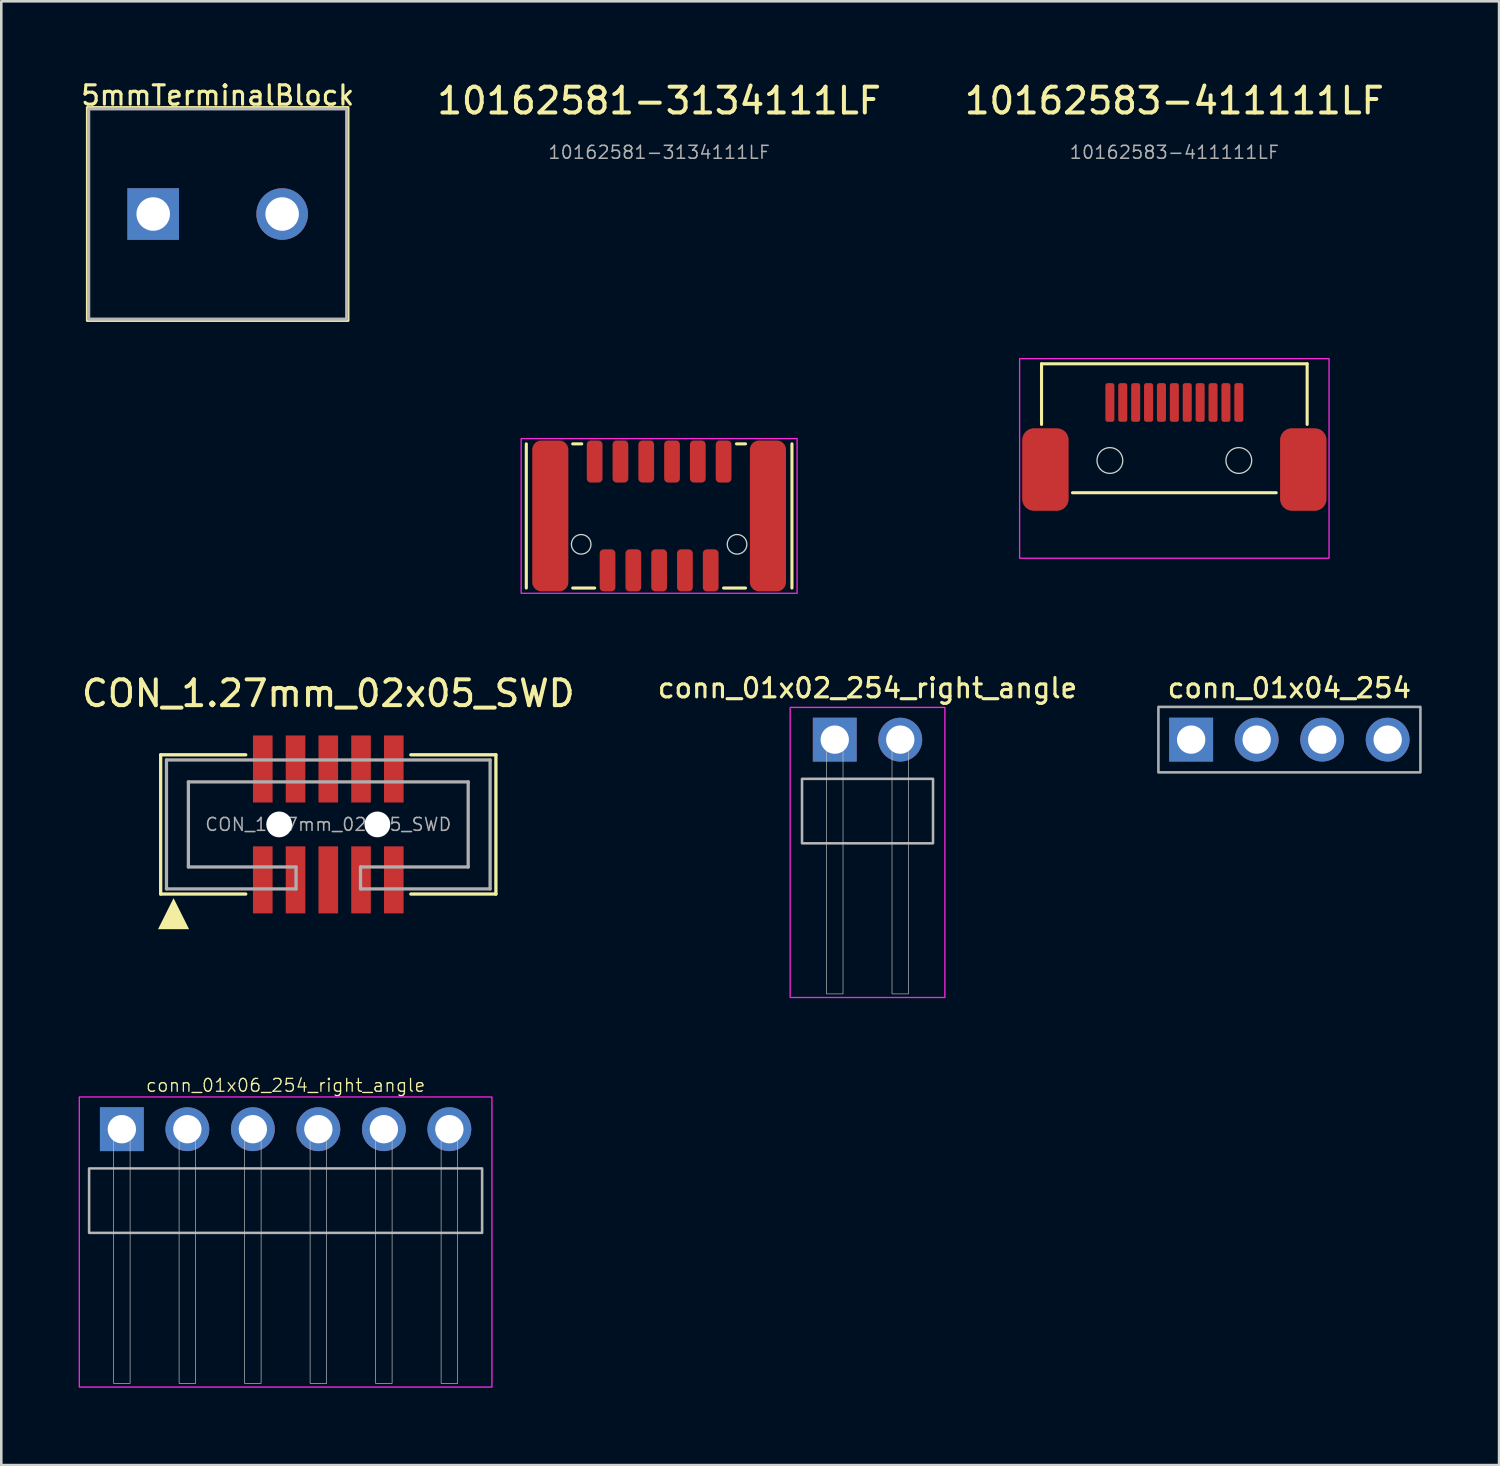
<source format=kicad_pcb>
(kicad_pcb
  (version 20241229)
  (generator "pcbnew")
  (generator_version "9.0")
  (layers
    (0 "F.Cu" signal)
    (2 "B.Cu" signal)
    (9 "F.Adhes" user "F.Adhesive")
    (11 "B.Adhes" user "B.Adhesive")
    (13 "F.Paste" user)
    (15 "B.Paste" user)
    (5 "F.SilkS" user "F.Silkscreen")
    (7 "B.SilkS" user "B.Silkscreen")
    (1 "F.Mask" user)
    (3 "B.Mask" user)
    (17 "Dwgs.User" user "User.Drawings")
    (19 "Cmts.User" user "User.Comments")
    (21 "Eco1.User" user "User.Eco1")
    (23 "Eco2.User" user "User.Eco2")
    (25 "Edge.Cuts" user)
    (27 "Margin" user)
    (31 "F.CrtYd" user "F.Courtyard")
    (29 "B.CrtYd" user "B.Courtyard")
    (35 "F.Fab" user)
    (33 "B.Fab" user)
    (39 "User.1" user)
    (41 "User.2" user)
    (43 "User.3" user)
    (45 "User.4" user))
  (footprint "conn_01x04_254"
    (layer "F.Cu")
    (at 46.95 25.631)
    (property "Reference" "conn_01x04_254" (at 0 -2 0) (unlocked yes) (layer "F.SilkS") (effects (font (size 0.75 0.75) (thickness 0.12))))
    (attr through_hole)
    (fp_rect (start -5.08 -1.27) (end 5.08 1.27) (stroke (width 0.1) (type default)) (fill no) (layer "F.Fab"))
    (pad "1" thru_hole rect (at -3.81 0) (size 1.7 1.7) (drill 1.1) (layers "*.Cu" "*.Mask"))
    (pad "2" thru_hole circle (at -1.27 0) (size 1.7 1.7) (drill 1.1) (layers "*.Cu" "*.Mask"))
    (pad "3" thru_hole circle (at 1.27 0) (size 1.7 1.7) (drill 1.1) (layers "*.Cu" "*.Mask"))
    (pad "4" thru_hole circle (at 3.81 0) (size 1.7 1.7) (drill 1.1) (layers "*.Cu" "*.Mask")))
  (footprint "conn_01x06_254_right_angle"
    (layer "F.Cu")
    (at 8.025 40.737)
    (property "Reference" "conn_01x06_254_right_angle" (at 0 -1.7 0) (unlocked yes) (layer "F.SilkS") (effects (font (size 0.5 0.5) (thickness 0.05))))
    (attr through_hole)
    (fp_rect (start -7.62 1.52) (end 7.62 4.02) (stroke (width 0.025) (type solid)) (fill no) (layer "Dwgs.User"))
    (fp_rect (start -6.67 -0.32) (end -6.03 0.32) (stroke (width 0.025) (type default)) (fill no) (layer "Dwgs.User"))
    (fp_rect (start -6.67 0.32) (end -6.03 9.86) (stroke (width 0.025) (type default)) (fill no) (layer "Dwgs.User"))
    (fp_rect (start -4.13 -0.32) (end -3.49 0.32) (stroke (width 0.025) (type default)) (fill no) (layer "Dwgs.User"))
    (fp_rect (start -4.13 0.32) (end -3.49 9.86) (stroke (width 0.025) (type default)) (fill no) (layer "Dwgs.User"))
    (fp_rect (start -1.59 -0.32) (end -0.95 0.32) (stroke (width 0.025) (type default)) (fill no) (layer "Dwgs.User"))
    (fp_rect (start -1.59 0.32) (end -0.95 9.86) (stroke (width 0.025) (type default)) (fill no) (layer "Dwgs.User"))
    (fp_rect (start 0.95 -0.32) (end 1.59 0.32) (stroke (width 0.025) (type default)) (fill no) (layer "Dwgs.User"))
    (fp_rect (start 0.95 0.32) (end 1.59 9.86) (stroke (width 0.025) (type default)) (fill no) (layer "Dwgs.User"))
    (fp_rect (start 3.49 -0.32) (end 4.13 0.32) (stroke (width 0.025) (type default)) (fill no) (layer "Dwgs.User"))
    (fp_rect (start 3.49 0.32) (end 4.13 9.86) (stroke (width 0.025) (type default)) (fill no) (layer "Dwgs.User"))
    (fp_rect (start 6.03 -0.32) (end 6.67 0.32) (stroke (width 0.025) (type default)) (fill no) (layer "Dwgs.User"))
    (fp_rect (start 6.03 0.32) (end 6.67 9.86) (stroke (width 0.025) (type default)) (fill no) (layer "Dwgs.User"))
    (fp_rect (start -8 -1.25) (end 8 10) (stroke (width 0.05) (type solid)) (fill no) (layer "F.CrtYd"))
    (fp_rect (start -7.62 1.52) (end 7.62 4.02) (stroke (width 0.1) (type solid)) (fill no) (layer "F.Fab"))
    (pad "1" thru_hole rect (at -6.35 0 90) (size 1.7 1.7) (drill 1.1) (layers "*.Cu" "*.Mask"))
    (pad "2" thru_hole circle (at -3.81 0 90) (size 1.7 1.7) (drill 1.1) (layers "*.Cu" "*.Mask"))
    (pad "3" thru_hole circle (at -1.27 0 90) (size 1.7 1.7) (drill 1.1) (layers "*.Cu" "*.Mask"))
    (pad "4" thru_hole circle (at 1.27 0 90) (size 1.7 1.7) (drill 1.1) (layers "*.Cu" "*.Mask"))
    (pad "5" thru_hole circle (at 3.81 0 90) (size 1.7 1.7) (drill 1.1) (layers "*.Cu" "*.Mask"))
    (pad "6" thru_hole circle (at 6.35 0 90) (size 1.7 1.7) (drill 1.1) (layers "*.Cu" "*.Mask")))
  (footprint "conn_01x02_254_right_angle"
    (layer "F.Cu")
    (at 30.59 25.631)
    (property "Reference" "conn_01x02_254_right_angle" (at 0 -2 0) (unlocked yes) (layer "F.SilkS") (effects (font (size 0.75 0.75) (thickness 0.12))))
    (attr through_hole)
    (fp_rect (start -2.54 1.52) (end 2.54 4.02) (stroke (width 0.025) (type solid)) (fill no) (layer "Dwgs.User"))
    (fp_rect (start -1.59 -0.32) (end -0.95 0.32) (stroke (width 0.025) (type default)) (fill no) (layer "Dwgs.User"))
    (fp_rect (start -1.59 0.32) (end -0.95 9.86) (stroke (width 0.025) (type default)) (fill no) (layer "Dwgs.User"))
    (fp_rect (start 0.95 -0.32) (end 1.59 0.32) (stroke (width 0.025) (type default)) (fill no) (layer "Dwgs.User"))
    (fp_rect (start 0.95 0.32) (end 1.59 9.86) (stroke (width 0.025) (type default)) (fill no) (layer "Dwgs.User"))
    (fp_rect (start -3 -1.25) (end 3 10) (stroke (width 0.05) (type solid)) (fill no) (layer "F.CrtYd"))
    (fp_rect (start -2.54 1.52) (end 2.54 4.02) (stroke (width 0.1) (type solid)) (fill no) (layer "F.Fab"))
    (pad "1" thru_hole rect (at -1.27 0 90) (size 1.7 1.7) (drill 1.1) (layers "*.Cu" "*.Mask"))
    (pad "2" thru_hole circle (at 1.27 0 90) (size 1.7 1.7) (drill 1.1) (layers "*.Cu" "*.Mask")))
  (footprint "CON_1.27mm_02x05_SWD"
    (layer "F.Cu")
    (at 9.68 28.919)
    (property "Reference" "CON_1.27mm_02x05_SWD" (at 0 -5.08 0) (unlocked yes) (layer "F.SilkS") (effects (font (size 1 1) (thickness 0.155))))
    (attr smd)
    (fp_line (start -6.5 -2.7) (end -6.5 2.7) (stroke (width 0.127) (type solid)) (layer "F.SilkS"))
    (fp_line (start -6.5 2.7) (end -3.2 2.7) (stroke (width 0.127) (type solid)) (layer "F.SilkS"))
    (fp_line (start -3.2 -2.7) (end -6.5 -2.7) (stroke (width 0.127) (type solid)) (layer "F.SilkS"))
    (fp_line (start 3.2 -2.7) (end 6.5 -2.7) (stroke (width 0.127) (type solid)) (layer "F.SilkS"))
    (fp_line (start 6.5 -2.7) (end 6.5 2.7) (stroke (width 0.127) (type solid)) (layer "F.SilkS"))
    (fp_line (start 6.5 2.7) (end 3.2 2.7) (stroke (width 0.127) (type solid)) (layer "F.SilkS"))
    (fp_poly (pts (xy -5.397 4.064) (xy -6.603 4.064) (xy -6 2.858)) (stroke (width 0) (type default)) (fill yes) (layer "F.SilkS"))
    (fp_line (start -6.275 -2.5) (end 6.275 -2.5) (stroke (width 0.127) (type solid)) (layer "F.Fab"))
    (fp_line (start -6.275 2.5) (end -6.275 -2.5) (stroke (width 0.127) (type solid)) (layer "F.Fab"))
    (fp_line (start -5.425 -1.65) (end 5.425 -1.65) (stroke (width 0.127) (type solid)) (layer "F.Fab"))
    (fp_line (start -5.425 1.65) (end -5.425 -1.65) (stroke (width 0.127) (type solid)) (layer "F.Fab"))
    (fp_line (start -1.25 1.65) (end -5.425 1.65) (stroke (width 0.127) (type solid)) (layer "F.Fab"))
    (fp_line (start -1.25 1.65) (end -1.25 2.5) (stroke (width 0.127) (type solid)) (layer "F.Fab"))
    (fp_line (start -1.25 2.5) (end -6.275 2.5) (stroke (width 0.127) (type solid)) (layer "F.Fab"))
    (fp_line (start 1.25 1.65) (end 1.25 2.5) (stroke (width 0.127) (type solid)) (layer "F.Fab"))
    (fp_line (start 5.425 -1.65) (end 5.425 1.65) (stroke (width 0.127) (type solid)) (layer "F.Fab"))
    (fp_line (start 5.425 1.65) (end 1.25 1.65) (stroke (width 0.127) (type solid)) (layer "F.Fab"))
    (fp_line (start 6.275 -2.5) (end 6.275 2.5) (stroke (width 0.127) (type solid)) (layer "F.Fab"))
    (fp_line (start 6.275 2.5) (end 1.25 2.5) (stroke (width 0.127) (type solid)) (layer "F.Fab"))
    (fp_text user "${REFERENCE}" (at 0 0 0) (unlocked yes) (layer "F.Fab") (effects (font (size 0.5 0.5) (thickness 0.06))))
    (pad "" np_thru_hole circle (at -1.905 0) (size 1 1) (drill 1) (layers "*.Cu" "*.Mask"))
    (pad "" np_thru_hole circle (at 1.905 0) (size 1 1) (drill 1) (layers "*.Cu" "*.Mask"))
    (pad "1" smd rect (at -2.54 2.15) (size 0.76 2.6) (layers "F.Cu" "F.Mask"))
    (pad "2" smd rect (at -2.54 -2.15) (size 0.76 2.6) (layers "F.Cu" "F.Mask"))
    (pad "3" smd rect (at -1.27 2.15) (size 0.76 2.6) (layers "F.Cu" "F.Mask"))
    (pad "4" smd rect (at -1.27 -2.15) (size 0.76 2.6) (layers "F.Cu" "F.Mask"))
    (pad "5" smd rect (at 0 2.15) (size 0.76 2.6) (layers "F.Cu" "F.Mask"))
    (pad "6" smd rect (at 0 -2.15) (size 0.76 2.6) (layers "F.Cu" "F.Mask"))
    (pad "7" smd rect (at 1.27 2.15) (size 0.76 2.6) (layers "F.Cu" "F.Mask"))
    (pad "8" smd rect (at 1.27 -2.15) (size 0.76 2.6) (layers "F.Cu" "F.Mask"))
    (pad "9" smd rect (at 2.54 2.15) (size 0.76 2.6) (layers "F.Cu" "F.Mask"))
    (pad "10" smd rect (at 2.54 -2.15) (size 0.76 2.6) (layers "F.Cu" "F.Mask")))
  (footprint "10162583-411111LF"
    (layer "F.Cu")
    (at 42.488 13.557)
    (property "Reference" "10162583-411111LF" (at 0 -12.7 0) (unlocked yes) (layer "F.SilkS") (effects (font (size 1 1) (thickness 0.155))))
    (attr smd)
    (fp_line (start -5.15 -2.5) (end -5.15 -0.15) (stroke (width 0.12) (type default)) (layer "F.SilkS"))
    (fp_line (start -3.95 2.5) (end 3.95 2.5) (stroke (width 0.12) (type default)) (layer "F.SilkS"))
    (fp_line (start 5.15 -2.5) (end -5.15 -2.5) (stroke (width 0.12) (type default)) (layer "F.SilkS"))
    (fp_line (start 5.15 -0.15) (end 5.15 -2.5) (stroke (width 0.12) (type default)) (layer "F.SilkS"))
    (fp_circle (center -2.5 1.25) (end -2 1.25) (stroke (width 0.05) (type default)) (fill no) (layer "Edge.Cuts"))
    (fp_circle (center 2.5 1.25) (end 3 1.25) (stroke (width 0.05) (type default)) (fill no) (layer "Edge.Cuts"))
    (fp_rect (start -6 -2.7) (end 6 5.04) (stroke (width 0.05) (type default)) (fill no) (layer "F.CrtYd"))
    (fp_text user "${REFERENCE}" (at 0 -10.7 0) (unlocked yes) (layer "F.Fab") (effects (font (size 0.5 0.5) (thickness 0.06))))
    (pad "" smd roundrect (at -5 1.6) (size 1.8 3.2) (layers "F.Cu" "F.Mask" "F.Paste") (roundrect_rratio 0.25))
    (pad "" smd roundrect (at 5 1.6) (size 1.8 3.2) (layers "F.Cu" "F.Mask" "F.Paste") (roundrect_rratio 0.25))
    (pad "1" smd roundrect (at 2.5 -1) (size 0.35 1.5) (layers "F.Cu" "F.Mask" "F.Paste") (roundrect_rratio 0.25))
    (pad "2" smd roundrect (at 2 -1) (size 0.35 1.5) (layers "F.Cu" "F.Mask" "F.Paste") (roundrect_rratio 0.25))
    (pad "3" smd roundrect (at 1.5 -1) (size 0.35 1.5) (layers "F.Cu" "F.Mask" "F.Paste") (roundrect_rratio 0.25))
    (pad "4" smd roundrect (at 1 -1) (size 0.35 1.5) (layers "F.Cu" "F.Mask" "F.Paste") (roundrect_rratio 0.25))
    (pad "5" smd roundrect (at 0.5 -1) (size 0.35 1.5) (layers "F.Cu" "F.Mask" "F.Paste") (roundrect_rratio 0.25))
    (pad "6" smd roundrect (at 0 -1) (size 0.35 1.5) (layers "F.Cu" "F.Mask" "F.Paste") (roundrect_rratio 0.25))
    (pad "7" smd roundrect (at -0.5 -1) (size 0.35 1.5) (layers "F.Cu" "F.Mask" "F.Paste") (roundrect_rratio 0.25))
    (pad "8" smd roundrect (at -1 -1) (size 0.35 1.5) (layers "F.Cu" "F.Mask" "F.Paste") (roundrect_rratio 0.25))
    (pad "9" smd roundrect (at -1.5 -1) (size 0.35 1.5) (layers "F.Cu" "F.Mask" "F.Paste") (roundrect_rratio 0.25))
    (pad "10" smd roundrect (at -2 -1) (size 0.35 1.5) (layers "F.Cu" "F.Mask" "F.Paste") (roundrect_rratio 0.25))
    (pad "11" smd roundrect (at -2.5 -1) (size 0.35 1.5) (layers "F.Cu" "F.Mask" "F.Paste") (roundrect_rratio 0.25)))
  (footprint "10162581-3134111LF"
    (layer "F.Cu")
    (at 22.509 16.957)
    (property "Reference" "10162581-3134111LF" (at 0 -16.1 0) (unlocked yes) (layer "F.SilkS") (effects (font (size 1 1) (thickness 0.155))))
    (attr smd)
    (fp_line (start -5.15 2.795) (end -5.15 -2.795) (stroke (width 0.12) (type default)) (layer "F.SilkS"))
    (fp_line (start -3.35 -2.795) (end -3 -2.795) (stroke (width 0.12) (type default)) (layer "F.SilkS"))
    (fp_line (start -3.35 2.795) (end -2.5 2.795) (stroke (width 0.12) (type default)) (layer "F.SilkS"))
    (fp_line (start 3 -2.795) (end 3.35 -2.795) (stroke (width 0.12) (type default)) (layer "F.SilkS"))
    (fp_line (start 3.35 2.795) (end 2.5 2.795) (stroke (width 0.12) (type default)) (layer "F.SilkS"))
    (fp_line (start 5.15 2.795) (end 5.15 -2.795) (stroke (width 0.12) (type default)) (layer "F.SilkS"))
    (fp_circle (center -3.022 1.1) (end -2.643 1.1) (stroke (width 0.05) (type default)) (fill no) (layer "Edge.Cuts"))
    (fp_circle (center 3.022 1.1) (end 3.402 1.1) (stroke (width 0.05) (type default)) (fill no) (layer "Edge.Cuts"))
    (fp_rect (start -5.35 -3) (end 5.35 3) (stroke (width 0.05) (type default)) (fill no) (layer "F.CrtYd"))
    (fp_text user "${REFERENCE}" (at 0 -14.1 0) (unlocked yes) (layer "F.Fab") (effects (font (size 0.5 0.5) (thickness 0.06))))
    (pad "" smd roundrect (at -4.22 0) (size 1.4 5.85) (layers "F.Cu" "F.Mask" "F.Paste") (roundrect_rratio 0.25))
    (pad "" smd roundrect (at 4.22 0) (size 1.4 5.85) (layers "F.Cu" "F.Mask" "F.Paste") (roundrect_rratio 0.25))
    (pad "1" smd roundrect (at 2.5 -2.11) (size 0.61 1.63) (layers "F.Cu" "F.Mask" "F.Paste") (roundrect_rratio 0.25))
    (pad "2" smd roundrect (at 2 2.11) (size 0.61 1.63) (layers "F.Cu" "F.Mask" "F.Paste") (roundrect_rratio 0.25))
    (pad "3" smd roundrect (at 1.5 -2.11) (size 0.61 1.63) (layers "F.Cu" "F.Mask" "F.Paste") (roundrect_rratio 0.25))
    (pad "4" smd roundrect (at 1 2.11) (size 0.61 1.63) (layers "F.Cu" "F.Mask" "F.Paste") (roundrect_rratio 0.25))
    (pad "5" smd roundrect (at 0.5 -2.11) (size 0.61 1.63) (layers "F.Cu" "F.Mask" "F.Paste") (roundrect_rratio 0.25))
    (pad "6" smd roundrect (at 0 2.11) (size 0.61 1.63) (layers "F.Cu" "F.Mask" "F.Paste") (roundrect_rratio 0.25))
    (pad "7" smd roundrect (at -0.5 -2.11) (size 0.61 1.63) (layers "F.Cu" "F.Mask" "F.Paste") (roundrect_rratio 0.25))
    (pad "8" smd roundrect (at -1 2.11) (size 0.61 1.63) (layers "F.Cu" "F.Mask" "F.Paste") (roundrect_rratio 0.25))
    (pad "9" smd roundrect (at -1.5 -2.11) (size 0.61 1.63) (layers "F.Cu" "F.Mask" "F.Paste") (roundrect_rratio 0.25))
    (pad "10" smd roundrect (at -2 2.11) (size 0.61 1.63) (layers "F.Cu" "F.Mask" "F.Paste") (roundrect_rratio 0.25))
    (pad "11" smd roundrect (at -2.5 -2.11) (size 0.61 1.63) (layers "F.Cu" "F.Mask" "F.Paste") (roundrect_rratio 0.25)))
  (footprint "5mmTerminalBlock"
    (layer "F.Cu")
    (at 5.391 5.249)
    (property "Reference" "5mmTerminalBlock" (at 0 -4.6 0) (unlocked yes) (layer "F.SilkS") (effects (font (size 0.75 0.75) (thickness 0.12))))
    (attr through_hole)
    (fp_rect (start -5.06 -4.135) (end 5.06 4.135) (stroke (width 0.1) (type default)) (fill no) (layer "F.SilkS"))
    (fp_rect (start -5 -4.075) (end 5 4.075) (stroke (width 0.025) (type default)) (fill no) (layer "Dwgs.User"))
    (fp_rect (start -3 -0.25) (end -2 0.25) (stroke (width 0.025) (type default)) (fill no) (layer "Dwgs.User"))
    (fp_rect (start 2 -0.25) (end 3 0.25) (stroke (width 0.025) (type default)) (fill no) (layer "Dwgs.User"))
    (fp_rect (start -5 -4.075) (end 5 4.075) (stroke (width 0.12) (type default)) (fill no) (layer "F.Fab"))
    (pad "1" thru_hole rect (at -2.5 0) (size 2 2) (drill 1.3) (layers "*.Cu" "*.Mask"))
    (pad "2" thru_hole circle (at 2.5 0) (size 2 2) (drill 1.3) (layers "*.Cu" "*.Mask")))
  (gr_rect
    (start -3 -3)
    (end 55.08 53.762)
    (stroke (width 0.1) (type default))
    (fill no)
    (layer "Edge.Cuts")))
</source>
